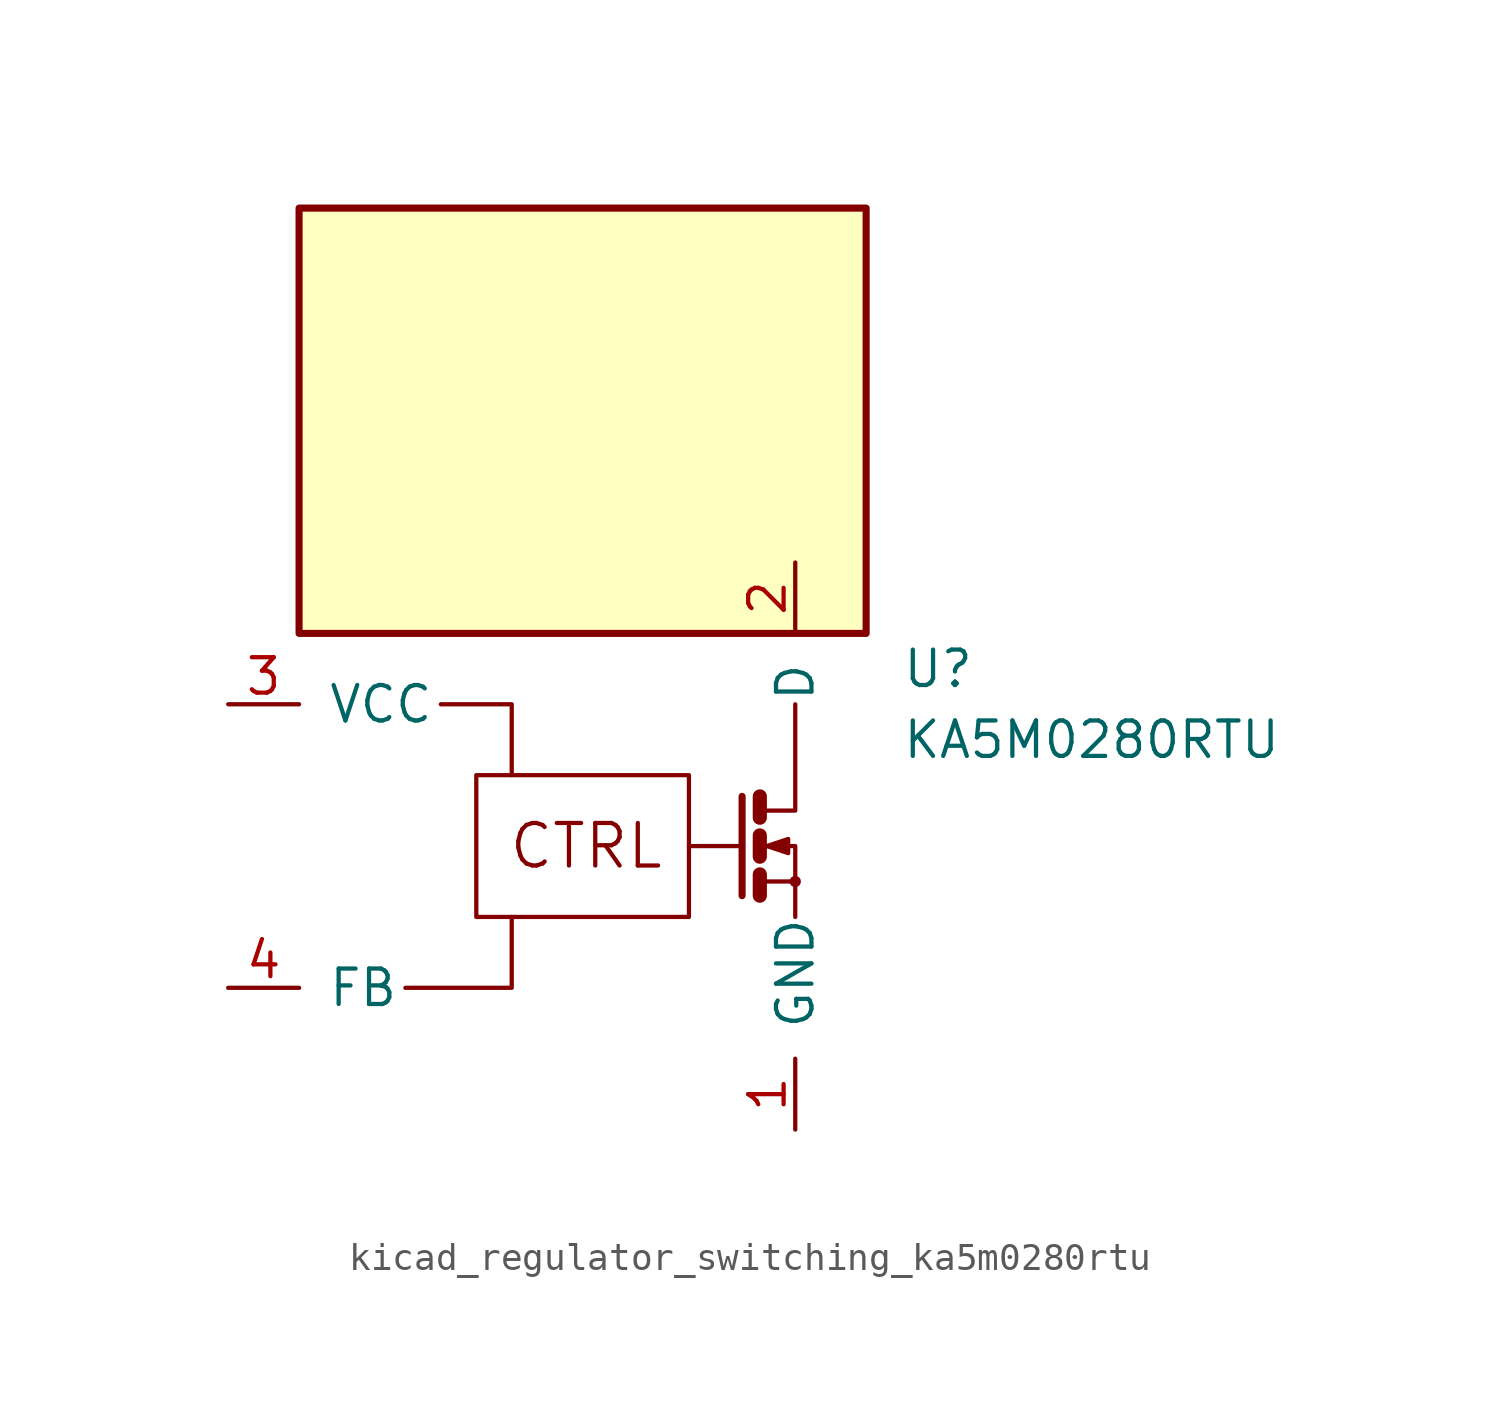
<source format=kicad_sym>
(kicad_symbol_lib
  (version 20220914)
  (generator kicad_symbol_editor)
  (symbol "kicad_regulator_switching_ka5m0280rtu"
    (pin_names
      (offset 1.016))
    (property "Reference" "U"
      (at 11.43 6.35 0)
      (effects (font (size 1.27 1.27)) (justify left)))
    (property "Value" "KA5M0280RTU"
      (at 11.43 3.81 0)
      (effects (font (size 1.27 1.27)) (justify left)))
    (symbol "kicad_regulator_switching_ka5m0280rtu_0_0"
      (rectangle (start -3.81 2.54) (end 3.81 -2.54) (stroke (width 0) (type default)) (fill (type none)))
      (polyline (pts (xy 3.81 0) (xy 5.715 0)) (stroke (width 0) (type default)) (fill (type none)))
      (polyline (pts (xy 5.715 1.778) (xy 5.715 -1.778)) (stroke (width 0.254) (type default)) (fill (type none)))
      (polyline (pts (xy 6.35 -1.27) (xy 7.62 -1.27)) (stroke (width 0) (type default)) (fill (type none)))
      (polyline (pts (xy 6.35 -1.016) (xy 6.35 -1.778)) (stroke (width 0.508) (type default)) (fill (type none)))
      (polyline (pts (xy 6.35 0.381) (xy 6.35 -0.381)) (stroke (width 0.508) (type default)) (fill (type none)))
      (polyline (pts (xy 6.35 1.778) (xy 6.35 1.016)) (stroke (width 0.508) (type default)) (fill (type none)))
      (polyline (pts (xy -6.35 -5.08) (xy -2.54 -5.08) (xy -2.54 -2.54)) (stroke (width 0) (type default)) (fill (type none)))
      (polyline (pts (xy -5.08 5.08) (xy -2.54 5.08) (xy -2.54 2.54)) (stroke (width 0) (type default)) (fill (type none)))
      (polyline (pts (xy 6.35 1.27) (xy 7.62 1.27) (xy 7.62 5.08)) (stroke (width 0) (type default)) (fill (type none)))
      (polyline (pts (xy 7.62 -2.54) (xy 7.62 0) (xy 6.35 0)) (stroke (width 0) (type default)) (fill (type none)))
      (polyline (pts (xy 6.604 0) (xy 7.366 0.254) (xy 7.366 -0.254) (xy 6.604 0)) (stroke (width 0) (type default)) (fill (type outline)))
      (circle (center 7.62 -1.27) (radius 0.127) (stroke (width 0) (type default)) (fill (type none)))
      (rectangle (start 10.16 22.86) (end -10.16 7.62) (stroke (width 0.254) (type default)) (fill (type background)))
      (text "CTRL" (at 0.127 0 0) (effects (font (size 1.524 1.524)))))
    (symbol "kicad_regulator_switching_ka5m0280rtu_1_1"
      (pin power_in line (at 7.62 -10.16 90) (length 2.54) (name "GND" (effects (font (size 1.27 1.27)))) (number "1" (effects (font (size 1.27 1.27)))))
      (pin passive line (at 7.62 10.16 270) (length 2.54) (name "D" (effects (font (size 1.27 1.27)))) (number "2" (effects (font (size 1.27 1.27)))))
      (pin power_in line (at -12.7 5.08 0) (length 2.54) (name "VCC" (effects (font (size 1.27 1.27)))) (number "3" (effects (font (size 1.27 1.27)))))
      (pin passive line (at -12.7 -5.08 0) (length 2.54) (name "FB" (effects (font (size 1.27 1.27)))) (number "4" (effects (font (size 1.27 1.27))))))))
</source>
